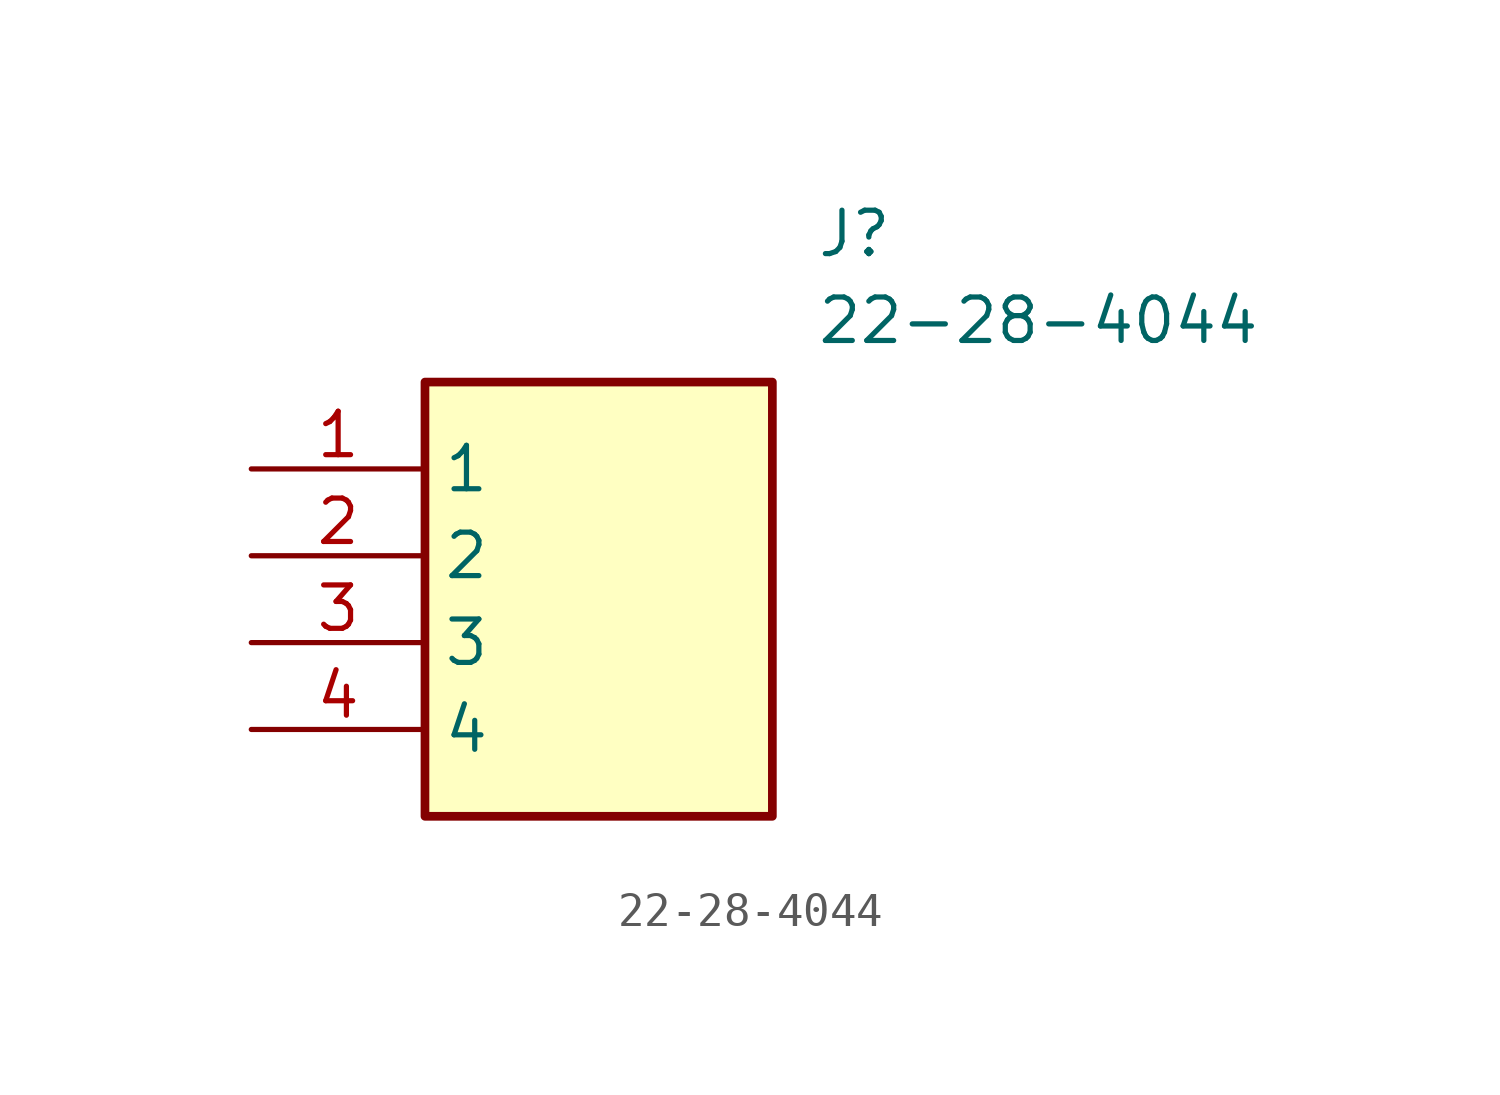
<source format=kicad_sym>
(kicad_symbol_lib
  (version 20211014)
  (generator SamacSys_ECAD_Model)
  (symbol "22-28-4044"
    (property "Reference" "J"
      (at 16.51 7.62 0)
      (effects (font (size 1.27 1.27)) (justify left top)))
    (property "Value" "22-28-4044"
      (at 16.51 5.08 0)
      (effects (font (size 1.27 1.27)) (justify left top)))
    (rectangle
      (start 5.08 2.54)
      (end 15.24 -10.16)
      (stroke (width 0.254) (type default))
      (fill (type background)))
    (pin passive line
      (at 0 0 0)
      (length 5.08)
      (name "1" (effects (font (size 1.27 1.27))))
      (number "1" (effects (font (size 1.27 1.27)))))
    (pin passive line
      (at 0 -2.54 0)
      (length 5.08)
      (name "2" (effects (font (size 1.27 1.27))))
      (number "2" (effects (font (size 1.27 1.27)))))
    (pin passive line
      (at 0 -5.08 0)
      (length 5.08)
      (name "3" (effects (font (size 1.27 1.27))))
      (number "3" (effects (font (size 1.27 1.27)))))
    (pin passive line
      (at 0 -7.62 0)
      (length 5.08)
      (name "4" (effects (font (size 1.27 1.27))))
      (number "4" (effects (font (size 1.27 1.27)))))))
</source>
